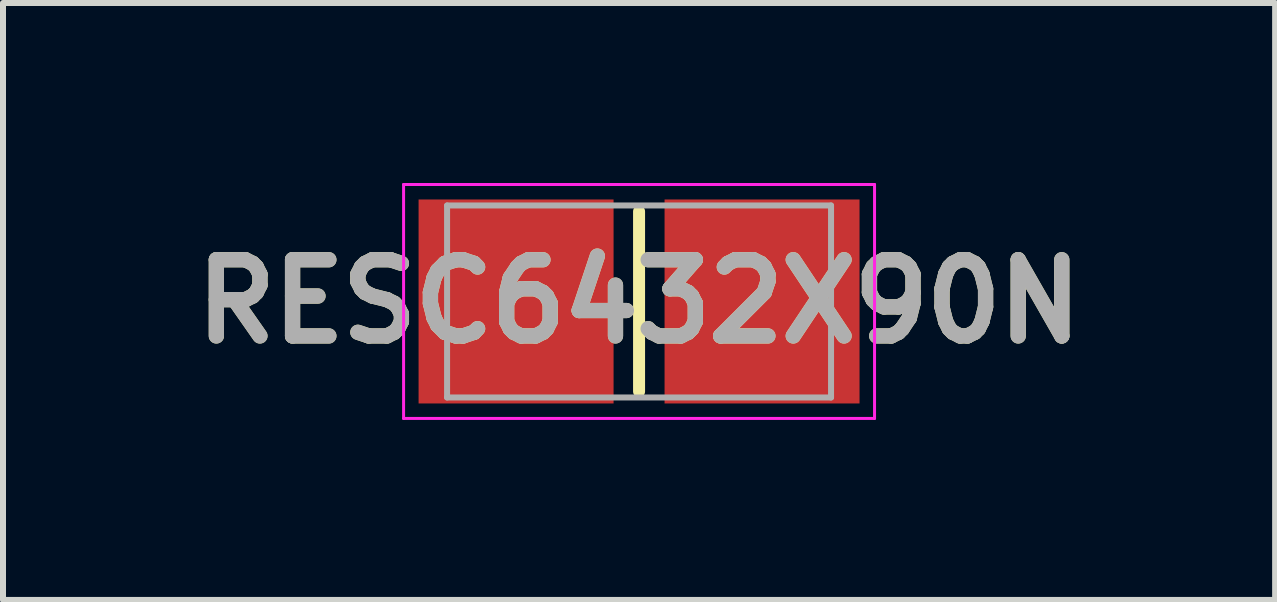
<source format=kicad_pcb>
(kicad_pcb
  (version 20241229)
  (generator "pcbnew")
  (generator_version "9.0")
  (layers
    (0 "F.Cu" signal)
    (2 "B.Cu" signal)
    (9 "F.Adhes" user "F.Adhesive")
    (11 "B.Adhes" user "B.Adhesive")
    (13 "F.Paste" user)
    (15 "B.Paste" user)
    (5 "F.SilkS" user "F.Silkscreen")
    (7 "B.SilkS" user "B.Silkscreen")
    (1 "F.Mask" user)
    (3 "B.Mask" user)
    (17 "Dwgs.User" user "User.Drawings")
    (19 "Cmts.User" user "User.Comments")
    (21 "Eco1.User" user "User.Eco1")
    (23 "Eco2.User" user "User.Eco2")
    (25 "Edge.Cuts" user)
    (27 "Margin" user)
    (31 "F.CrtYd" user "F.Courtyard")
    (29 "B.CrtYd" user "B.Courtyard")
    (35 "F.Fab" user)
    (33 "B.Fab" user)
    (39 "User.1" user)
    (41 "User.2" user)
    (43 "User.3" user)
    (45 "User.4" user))
  (footprint "RESC6432X90N"
    (layer "F.Cu")
    (at 7.602 1.975)
    (property "Reference" "RESC6432X90N" (at 0 0 0) (layer "F.SilkS") (effects (font (size 1.27 1.27) (thickness 0.254))))
    (attr smd)
    (fp_line (start 0 -1.5) (end 0 1.5) (stroke (width 0.2) (type solid)) (layer "F.SilkS"))
    (fp_line (start -3.925 -1.95) (end 3.925 -1.95) (stroke (width 0.05) (type solid)) (layer "F.CrtYd"))
    (fp_line (start -3.925 1.95) (end -3.925 -1.95) (stroke (width 0.05) (type solid)) (layer "F.CrtYd"))
    (fp_line (start 3.925 -1.95) (end 3.925 1.95) (stroke (width 0.05) (type solid)) (layer "F.CrtYd"))
    (fp_line (start 3.925 1.95) (end -3.925 1.95) (stroke (width 0.05) (type solid)) (layer "F.CrtYd"))
    (fp_line (start -3.2 -1.6) (end 3.2 -1.6) (stroke (width 0.1) (type solid)) (layer "F.Fab"))
    (fp_line (start -3.2 1.6) (end -3.2 -1.6) (stroke (width 0.1) (type solid)) (layer "F.Fab"))
    (fp_line (start 3.2 -1.6) (end 3.2 1.6) (stroke (width 0.1) (type solid)) (layer "F.Fab"))
    (fp_line (start 3.2 1.6) (end -3.2 1.6) (stroke (width 0.1) (type solid)) (layer "F.Fab"))
    (fp_text user "${REFERENCE}" (at 0 0 0) (layer "F.Fab") (effects (font (size 1.27 1.27) (thickness 0.254))))
    (pad "1" smd rect (at -2.05 0) (size 3.25 3.4) (layers "F.Cu" "F.Mask" "F.Paste"))
    (pad "2" smd rect (at 2.05 0) (size 3.25 3.4) (layers "F.Cu" "F.Mask" "F.Paste")))
  (gr_rect
    (start -3 -3)
    (end 18.204 6.95)
    (stroke (width 0.1) (type default))
    (fill no)
    (layer "Edge.Cuts")))
</source>
